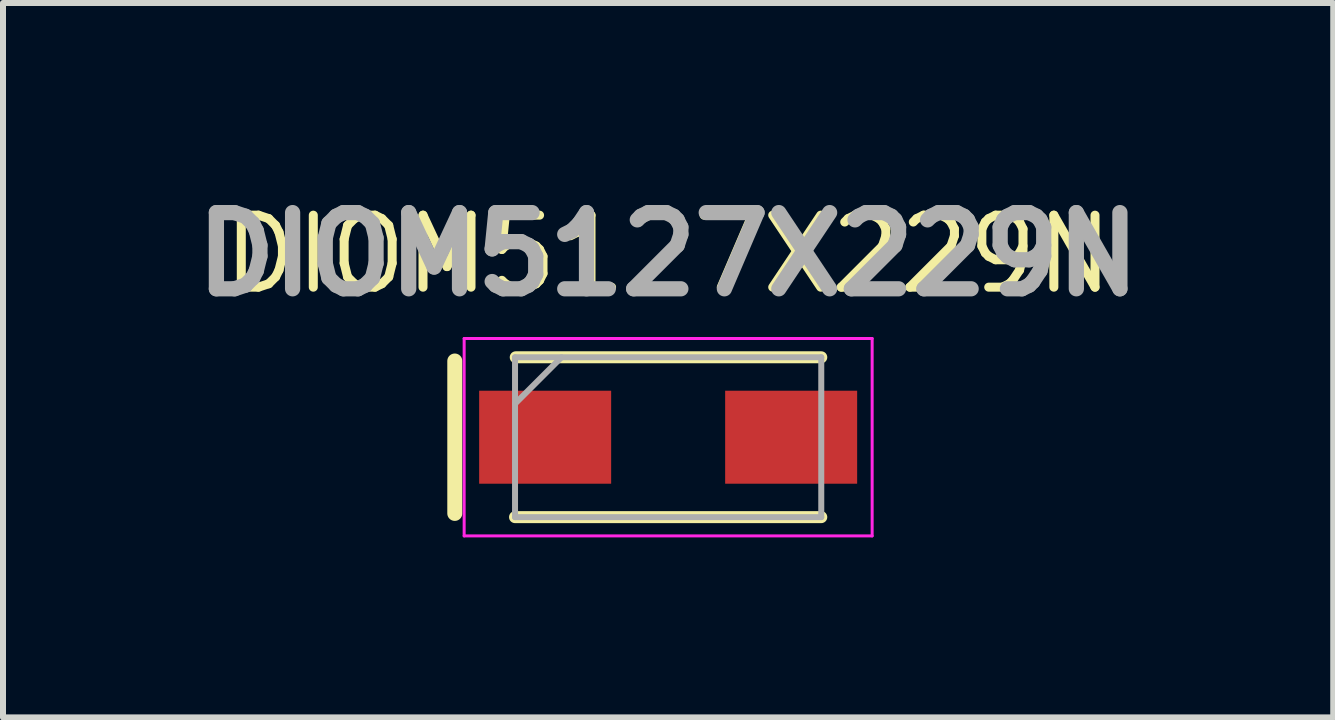
<source format=kicad_pcb>
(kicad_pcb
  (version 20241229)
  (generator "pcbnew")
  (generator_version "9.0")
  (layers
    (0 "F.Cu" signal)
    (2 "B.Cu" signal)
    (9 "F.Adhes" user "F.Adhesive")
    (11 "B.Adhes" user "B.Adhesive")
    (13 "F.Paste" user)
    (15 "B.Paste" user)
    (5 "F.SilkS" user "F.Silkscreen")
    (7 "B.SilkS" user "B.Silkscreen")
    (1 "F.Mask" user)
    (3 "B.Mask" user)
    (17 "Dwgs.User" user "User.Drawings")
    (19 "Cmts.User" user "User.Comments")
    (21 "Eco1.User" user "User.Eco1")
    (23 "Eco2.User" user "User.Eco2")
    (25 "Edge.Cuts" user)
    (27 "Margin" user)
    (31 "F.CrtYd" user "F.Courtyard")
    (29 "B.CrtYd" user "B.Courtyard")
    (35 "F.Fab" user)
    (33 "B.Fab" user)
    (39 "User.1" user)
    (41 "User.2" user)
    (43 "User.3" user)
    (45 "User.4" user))
  (footprint "DIOM5127X229N"
    (layer "F.Cu")
    (at 8.086 4.237)
    (property "Reference" "DIOM5127X229N" (at 0 -3.048 0) (layer "F.SilkS") (effects (font (size 1.2 1.2) (thickness 0.15))))
    (attr smd)
    (fp_line (start -3.556 -1.27) (end -3.556 1.27) (stroke (width 0.25) (type solid)) (layer "F.SilkS"))
    (fp_line (start -2.552 1.332) (end 2.552 1.332) (stroke (width 0.2) (type solid)) (layer "F.SilkS"))
    (fp_line (start 2.552 -1.332) (end -2.54 -1.332) (stroke (width 0.2) (type solid)) (layer "F.SilkS"))
    (fp_line (start -3.4 -1.645) (end 3.4 -1.645) (stroke (width 0.05) (type solid)) (layer "F.CrtYd"))
    (fp_line (start -3.4 1.645) (end -3.4 -1.645) (stroke (width 0.05) (type solid)) (layer "F.CrtYd"))
    (fp_line (start 3.4 -1.645) (end 3.4 1.645) (stroke (width 0.05) (type solid)) (layer "F.CrtYd"))
    (fp_line (start 3.4 1.645) (end -3.4 1.645) (stroke (width 0.05) (type solid)) (layer "F.CrtYd"))
    (fp_line (start -2.552 -1.332) (end 2.552 -1.332) (stroke (width 0.1) (type solid)) (layer "F.Fab"))
    (fp_line (start -2.552 -0.558) (end -1.778 -1.332) (stroke (width 0.1) (type solid)) (layer "F.Fab"))
    (fp_line (start -2.552 1.332) (end -2.552 -1.332) (stroke (width 0.1) (type solid)) (layer "F.Fab"))
    (fp_line (start 2.552 -1.332) (end 2.552 1.332) (stroke (width 0.1) (type solid)) (layer "F.Fab"))
    (fp_line (start 2.552 1.332) (end -2.552 1.332) (stroke (width 0.1) (type solid)) (layer "F.Fab"))
    (fp_text user "${REFERENCE}" (at 0 -3.048 0) (layer "F.Fab") (effects (font (size 1.27 1.27) (thickness 0.254))))
    (pad "1" smd rect (at -2.05 0 90) (size 1.55 2.2) (layers "F.Cu" "F.Mask" "F.Paste"))
    (pad "2" smd rect (at 2.05 0 90) (size 1.55 2.2) (layers "F.Cu" "F.Mask" "F.Paste")))
  (gr_rect
    (start -3 -3)
    (end 19.171 8.907)
    (stroke (width 0.1) (type default))
    (fill no)
    (layer "Edge.Cuts")))
</source>
